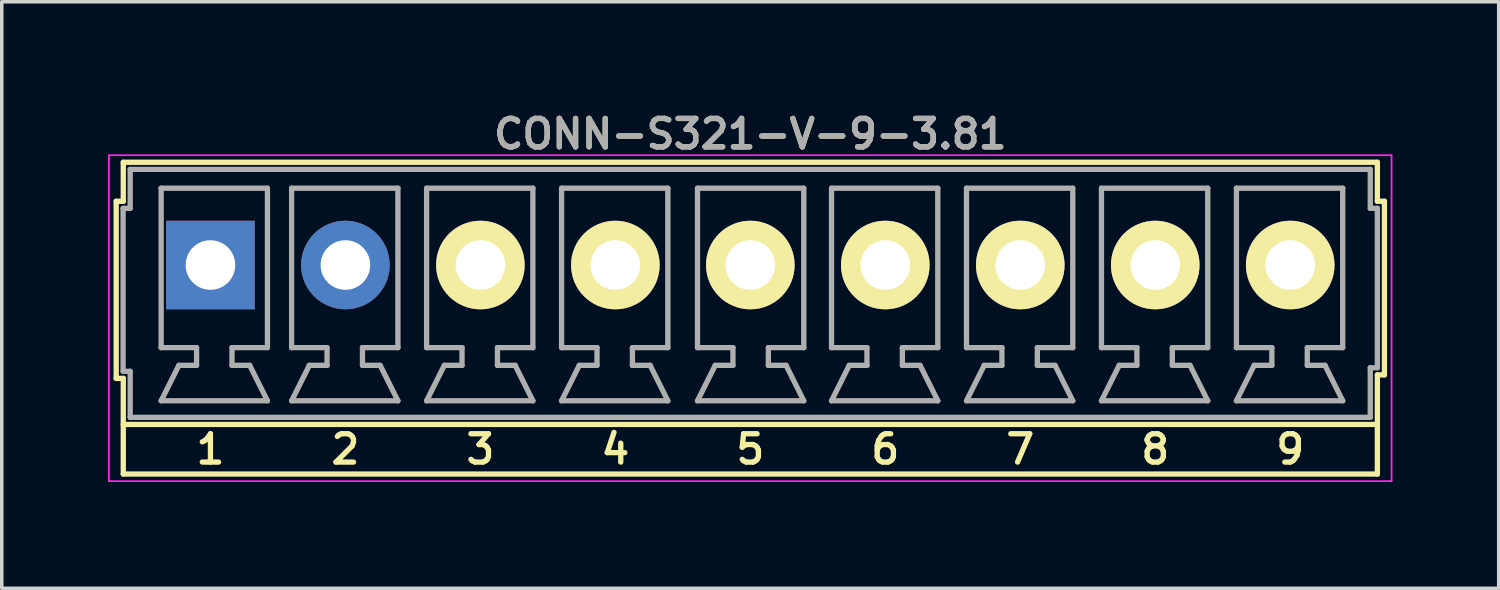
<source format=kicad_pcb>
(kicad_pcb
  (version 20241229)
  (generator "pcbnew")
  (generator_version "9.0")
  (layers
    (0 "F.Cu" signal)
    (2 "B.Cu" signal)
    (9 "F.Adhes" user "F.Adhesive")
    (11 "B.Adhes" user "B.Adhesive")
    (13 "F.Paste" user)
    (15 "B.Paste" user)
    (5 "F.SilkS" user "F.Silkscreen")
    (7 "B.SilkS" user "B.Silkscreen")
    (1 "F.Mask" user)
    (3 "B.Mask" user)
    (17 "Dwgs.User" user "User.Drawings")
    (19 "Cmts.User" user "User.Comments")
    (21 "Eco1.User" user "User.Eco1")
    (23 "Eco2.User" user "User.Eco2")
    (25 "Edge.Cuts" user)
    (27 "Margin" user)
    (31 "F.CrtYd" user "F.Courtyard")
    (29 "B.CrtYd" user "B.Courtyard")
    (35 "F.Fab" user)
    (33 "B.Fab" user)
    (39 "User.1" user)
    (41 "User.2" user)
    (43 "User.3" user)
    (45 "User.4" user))
  (footprint "CONN-S321-V-9-3.81"
    (layer "F.Cu")
    (at 18.13 5.231)
    (property "Reference" "CONN-S321-V-9-3.81" (at 0 -4.5 0) (layer "F.SilkS") (effects (font (size 0.8 0.8) (thickness 0.15))))
    (attr through_hole)
    (fp_line (start -17.9 -2.6) (end -17.9 2.4) (stroke (width 0.15) (type solid)) (layer "F.SilkS"))
    (fp_line (start -17.7 -3.7) (end 17.7 -3.7) (stroke (width 0.15) (type solid)) (layer "F.SilkS"))
    (fp_line (start -17.7 -2.6) (end -17.9 -2.6) (stroke (width 0.15) (type solid)) (layer "F.SilkS"))
    (fp_line (start -17.7 -2.6) (end -17.7 -3.7) (stroke (width 0.15) (type solid)) (layer "F.SilkS"))
    (fp_line (start -17.7 2.4) (end -17.9 2.4) (stroke (width 0.15) (type solid)) (layer "F.SilkS"))
    (fp_line (start -17.7 5.1) (end -17.7 2.4) (stroke (width 0.15) (type solid)) (layer "F.SilkS"))
    (fp_line (start -17.7 5.1) (end 17.7 5.1) (stroke (width 0.15) (type solid)) (layer "F.SilkS"))
    (fp_line (start 17.7 -2.6) (end 17.7 -3.7) (stroke (width 0.15) (type solid)) (layer "F.SilkS"))
    (fp_line (start 17.7 2.3) (end 17.9 2.3) (stroke (width 0.15) (type solid)) (layer "F.SilkS"))
    (fp_line (start 17.7 3.7) (end -17.7 3.7) (stroke (width 0.15) (type solid)) (layer "F.SilkS"))
    (fp_line (start 17.7 5.1) (end 17.7 2.3) (stroke (width 0.15) (type solid)) (layer "F.SilkS"))
    (fp_line (start 17.9 -2.6) (end 17.7 -2.6) (stroke (width 0.15) (type solid)) (layer "F.SilkS"))
    (fp_line (start 17.9 2.3) (end 17.9 -2.6) (stroke (width 0.15) (type solid)) (layer "F.SilkS"))
    (fp_line (start -18.105 -3.9) (end 18.1 -3.9) (stroke (width 0.05) (type solid)) (layer "F.CrtYd"))
    (fp_line (start -18.105 5.3) (end -18.105 -3.9) (stroke (width 0.05) (type solid)) (layer "F.CrtYd"))
    (fp_line (start 18.1 -3.9) (end 18.1 5.3) (stroke (width 0.05) (type solid)) (layer "F.CrtYd"))
    (fp_line (start 18.1 5.3) (end -18.105 5.3) (stroke (width 0.05) (type solid)) (layer "F.CrtYd"))
    (fp_line (start -17.705 -2.4) (end -17.505 -2.4) (stroke (width 0.15) (type solid)) (layer "F.Fab"))
    (fp_line (start -17.705 2.2) (end -17.705 -2.4) (stroke (width 0.15) (type solid)) (layer "F.Fab"))
    (fp_line (start -17.505 -3.5) (end 17.5 -3.5) (stroke (width 0.15) (type solid)) (layer "F.Fab"))
    (fp_line (start -17.505 -2.4) (end -17.505 -3.5) (stroke (width 0.15) (type solid)) (layer "F.Fab"))
    (fp_line (start -17.505 2.2) (end -17.705 2.2) (stroke (width 0.15) (type solid)) (layer "F.Fab"))
    (fp_line (start -17.505 3.5) (end -17.505 2.2) (stroke (width 0.15) (type solid)) (layer "F.Fab"))
    (fp_line (start -16.631 -2.968) (end -16.631 1.532) (stroke (width 0.15) (type solid)) (layer "F.Fab"))
    (fp_line (start -16.631 -2.968) (end -13.631 -2.968) (stroke (width 0.15) (type solid)) (layer "F.Fab"))
    (fp_line (start -16.631 3.032) (end -13.631 3.032) (stroke (width 0.15) (type solid)) (layer "F.Fab"))
    (fp_line (start -16.131 2.032) (end -16.631 3.032) (stroke (width 0.15) (type solid)) (layer "F.Fab"))
    (fp_line (start -15.631 1.532) (end -16.631 1.532) (stroke (width 0.15) (type solid)) (layer "F.Fab"))
    (fp_line (start -15.631 1.532) (end -15.631 2.032) (stroke (width 0.15) (type solid)) (layer "F.Fab"))
    (fp_line (start -15.631 2.032) (end -16.131 2.032) (stroke (width 0.15) (type solid)) (layer "F.Fab"))
    (fp_line (start -14.631 1.532) (end -14.631 2.032) (stroke (width 0.15) (type solid)) (layer "F.Fab"))
    (fp_line (start -14.631 2.032) (end -14.131 2.032) (stroke (width 0.15) (type solid)) (layer "F.Fab"))
    (fp_line (start -13.631 -2.968) (end -13.631 1.532) (stroke (width 0.15) (type solid)) (layer "F.Fab"))
    (fp_line (start -13.631 1.532) (end -14.631 1.532) (stroke (width 0.15) (type solid)) (layer "F.Fab"))
    (fp_line (start -13.631 3.032) (end -14.131 2.032) (stroke (width 0.15) (type solid)) (layer "F.Fab"))
    (fp_line (start -12.948 -2.968) (end -12.948 1.532) (stroke (width 0.15) (type solid)) (layer "F.Fab"))
    (fp_line (start -12.948 -2.968) (end -9.948 -2.968) (stroke (width 0.15) (type solid)) (layer "F.Fab"))
    (fp_line (start -12.948 3.032) (end -9.948 3.032) (stroke (width 0.15) (type solid)) (layer "F.Fab"))
    (fp_line (start -12.448 2.032) (end -12.948 3.032) (stroke (width 0.15) (type solid)) (layer "F.Fab"))
    (fp_line (start -11.948 1.532) (end -12.948 1.532) (stroke (width 0.15) (type solid)) (layer "F.Fab"))
    (fp_line (start -11.948 1.532) (end -11.948 2.032) (stroke (width 0.15) (type solid)) (layer "F.Fab"))
    (fp_line (start -11.948 2.032) (end -12.448 2.032) (stroke (width 0.15) (type solid)) (layer "F.Fab"))
    (fp_line (start -10.948 1.532) (end -10.948 2.032) (stroke (width 0.15) (type solid)) (layer "F.Fab"))
    (fp_line (start -10.948 2.032) (end -10.448 2.032) (stroke (width 0.15) (type solid)) (layer "F.Fab"))
    (fp_line (start -9.948 -2.968) (end -9.948 1.532) (stroke (width 0.15) (type solid)) (layer "F.Fab"))
    (fp_line (start -9.948 1.532) (end -10.948 1.532) (stroke (width 0.15) (type solid)) (layer "F.Fab"))
    (fp_line (start -9.948 3.032) (end -10.448 2.032) (stroke (width 0.15) (type solid)) (layer "F.Fab"))
    (fp_line (start -9.138 -2.968) (end -9.138 1.532) (stroke (width 0.15) (type solid)) (layer "F.Fab"))
    (fp_line (start -9.138 -2.968) (end -6.138 -2.968) (stroke (width 0.15) (type solid)) (layer "F.Fab"))
    (fp_line (start -9.138 3.032) (end -6.138 3.032) (stroke (width 0.15) (type solid)) (layer "F.Fab"))
    (fp_line (start -8.638 2.032) (end -9.138 3.032) (stroke (width 0.15) (type solid)) (layer "F.Fab"))
    (fp_line (start -8.138 1.532) (end -9.138 1.532) (stroke (width 0.15) (type solid)) (layer "F.Fab"))
    (fp_line (start -8.138 1.532) (end -8.138 2.032) (stroke (width 0.15) (type solid)) (layer "F.Fab"))
    (fp_line (start -8.138 2.032) (end -8.638 2.032) (stroke (width 0.15) (type solid)) (layer "F.Fab"))
    (fp_line (start -7.138 1.532) (end -7.138 2.032) (stroke (width 0.15) (type solid)) (layer "F.Fab"))
    (fp_line (start -7.138 2.032) (end -6.638 2.032) (stroke (width 0.15) (type solid)) (layer "F.Fab"))
    (fp_line (start -6.138 -2.968) (end -6.138 1.532) (stroke (width 0.15) (type solid)) (layer "F.Fab"))
    (fp_line (start -6.138 1.532) (end -7.138 1.532) (stroke (width 0.15) (type solid)) (layer "F.Fab"))
    (fp_line (start -6.138 3.032) (end -6.638 2.032) (stroke (width 0.15) (type solid)) (layer "F.Fab"))
    (fp_line (start -5.328 -2.968) (end -5.328 1.532) (stroke (width 0.15) (type solid)) (layer "F.Fab"))
    (fp_line (start -5.328 -2.968) (end -2.328 -2.968) (stroke (width 0.15) (type solid)) (layer "F.Fab"))
    (fp_line (start -5.328 3.032) (end -2.328 3.032) (stroke (width 0.15) (type solid)) (layer "F.Fab"))
    (fp_line (start -4.828 2.032) (end -5.328 3.032) (stroke (width 0.15) (type solid)) (layer "F.Fab"))
    (fp_line (start -4.328 1.532) (end -5.328 1.532) (stroke (width 0.15) (type solid)) (layer "F.Fab"))
    (fp_line (start -4.328 1.532) (end -4.328 2.032) (stroke (width 0.15) (type solid)) (layer "F.Fab"))
    (fp_line (start -4.328 2.032) (end -4.828 2.032) (stroke (width 0.15) (type solid)) (layer "F.Fab"))
    (fp_line (start -3.328 1.532) (end -3.328 2.032) (stroke (width 0.15) (type solid)) (layer "F.Fab"))
    (fp_line (start -3.328 2.032) (end -2.828 2.032) (stroke (width 0.15) (type solid)) (layer "F.Fab"))
    (fp_line (start -2.328 -2.968) (end -2.328 1.532) (stroke (width 0.15) (type solid)) (layer "F.Fab"))
    (fp_line (start -2.328 1.532) (end -3.328 1.532) (stroke (width 0.15) (type solid)) (layer "F.Fab"))
    (fp_line (start -2.328 3.032) (end -2.828 2.032) (stroke (width 0.15) (type solid)) (layer "F.Fab"))
    (fp_line (start -1.491 -2.968) (end -1.491 1.532) (stroke (width 0.15) (type solid)) (layer "F.Fab"))
    (fp_line (start -1.491 -2.968) (end 1.509 -2.968) (stroke (width 0.15) (type solid)) (layer "F.Fab"))
    (fp_line (start -1.491 3.032) (end 1.509 3.032) (stroke (width 0.15) (type solid)) (layer "F.Fab"))
    (fp_line (start -0.991 2.032) (end -1.491 3.032) (stroke (width 0.15) (type solid)) (layer "F.Fab"))
    (fp_line (start -0.491 1.532) (end -1.491 1.532) (stroke (width 0.15) (type solid)) (layer "F.Fab"))
    (fp_line (start -0.491 1.532) (end -0.491 2.032) (stroke (width 0.15) (type solid)) (layer "F.Fab"))
    (fp_line (start -0.491 2.032) (end -0.991 2.032) (stroke (width 0.15) (type solid)) (layer "F.Fab"))
    (fp_line (start 0.509 1.532) (end 0.509 2.032) (stroke (width 0.15) (type solid)) (layer "F.Fab"))
    (fp_line (start 0.509 2.032) (end 1.009 2.032) (stroke (width 0.15) (type solid)) (layer "F.Fab"))
    (fp_line (start 1.509 -2.968) (end 1.509 1.532) (stroke (width 0.15) (type solid)) (layer "F.Fab"))
    (fp_line (start 1.509 1.532) (end 0.509 1.532) (stroke (width 0.15) (type solid)) (layer "F.Fab"))
    (fp_line (start 1.509 3.032) (end 1.009 2.032) (stroke (width 0.15) (type solid)) (layer "F.Fab"))
    (fp_line (start 2.292 -2.968) (end 2.292 1.532) (stroke (width 0.15) (type solid)) (layer "F.Fab"))
    (fp_line (start 2.292 -2.968) (end 5.292 -2.968) (stroke (width 0.15) (type solid)) (layer "F.Fab"))
    (fp_line (start 2.292 3.032) (end 5.292 3.032) (stroke (width 0.15) (type solid)) (layer "F.Fab"))
    (fp_line (start 2.792 2.032) (end 2.292 3.032) (stroke (width 0.15) (type solid)) (layer "F.Fab"))
    (fp_line (start 3.292 1.532) (end 2.292 1.532) (stroke (width 0.15) (type solid)) (layer "F.Fab"))
    (fp_line (start 3.292 1.532) (end 3.292 2.032) (stroke (width 0.15) (type solid)) (layer "F.Fab"))
    (fp_line (start 3.292 2.032) (end 2.792 2.032) (stroke (width 0.15) (type solid)) (layer "F.Fab"))
    (fp_line (start 4.292 1.532) (end 4.292 2.032) (stroke (width 0.15) (type solid)) (layer "F.Fab"))
    (fp_line (start 4.292 2.032) (end 4.792 2.032) (stroke (width 0.15) (type solid)) (layer "F.Fab"))
    (fp_line (start 5.292 -2.968) (end 5.292 1.532) (stroke (width 0.15) (type solid)) (layer "F.Fab"))
    (fp_line (start 5.292 1.532) (end 4.292 1.532) (stroke (width 0.15) (type solid)) (layer "F.Fab"))
    (fp_line (start 5.292 3.032) (end 4.792 2.032) (stroke (width 0.15) (type solid)) (layer "F.Fab"))
    (fp_line (start 6.102 -2.968) (end 6.102 1.532) (stroke (width 0.15) (type solid)) (layer "F.Fab"))
    (fp_line (start 6.102 -2.968) (end 9.102 -2.968) (stroke (width 0.15) (type solid)) (layer "F.Fab"))
    (fp_line (start 6.102 3.032) (end 9.102 3.032) (stroke (width 0.15) (type solid)) (layer "F.Fab"))
    (fp_line (start 6.602 2.032) (end 6.102 3.032) (stroke (width 0.15) (type solid)) (layer "F.Fab"))
    (fp_line (start 7.102 1.532) (end 6.102 1.532) (stroke (width 0.15) (type solid)) (layer "F.Fab"))
    (fp_line (start 7.102 1.532) (end 7.102 2.032) (stroke (width 0.15) (type solid)) (layer "F.Fab"))
    (fp_line (start 7.102 2.032) (end 6.602 2.032) (stroke (width 0.15) (type solid)) (layer "F.Fab"))
    (fp_line (start 8.102 1.532) (end 8.102 2.032) (stroke (width 0.15) (type solid)) (layer "F.Fab"))
    (fp_line (start 8.102 2.032) (end 8.602 2.032) (stroke (width 0.15) (type solid)) (layer "F.Fab"))
    (fp_line (start 9.102 -2.968) (end 9.102 1.532) (stroke (width 0.15) (type solid)) (layer "F.Fab"))
    (fp_line (start 9.102 1.532) (end 8.102 1.532) (stroke (width 0.15) (type solid)) (layer "F.Fab"))
    (fp_line (start 9.102 3.032) (end 8.602 2.032) (stroke (width 0.15) (type solid)) (layer "F.Fab"))
    (fp_line (start 9.912 -2.968) (end 9.912 1.532) (stroke (width 0.15) (type solid)) (layer "F.Fab"))
    (fp_line (start 9.912 -2.968) (end 12.912 -2.968) (stroke (width 0.15) (type solid)) (layer "F.Fab"))
    (fp_line (start 9.912 3.032) (end 12.912 3.032) (stroke (width 0.15) (type solid)) (layer "F.Fab"))
    (fp_line (start 10.412 2.032) (end 9.912 3.032) (stroke (width 0.15) (type solid)) (layer "F.Fab"))
    (fp_line (start 10.912 1.532) (end 9.912 1.532) (stroke (width 0.15) (type solid)) (layer "F.Fab"))
    (fp_line (start 10.912 1.532) (end 10.912 2.032) (stroke (width 0.15) (type solid)) (layer "F.Fab"))
    (fp_line (start 10.912 2.032) (end 10.412 2.032) (stroke (width 0.15) (type solid)) (layer "F.Fab"))
    (fp_line (start 11.912 1.532) (end 11.912 2.032) (stroke (width 0.15) (type solid)) (layer "F.Fab"))
    (fp_line (start 11.912 2.032) (end 12.412 2.032) (stroke (width 0.15) (type solid)) (layer "F.Fab"))
    (fp_line (start 12.912 -2.968) (end 12.912 1.532) (stroke (width 0.15) (type solid)) (layer "F.Fab"))
    (fp_line (start 12.912 1.532) (end 11.912 1.532) (stroke (width 0.15) (type solid)) (layer "F.Fab"))
    (fp_line (start 12.912 3.032) (end 12.412 2.032) (stroke (width 0.15) (type solid)) (layer "F.Fab"))
    (fp_line (start 13.722 -2.968) (end 13.722 1.532) (stroke (width 0.15) (type solid)) (layer "F.Fab"))
    (fp_line (start 13.722 -2.968) (end 16.722 -2.968) (stroke (width 0.15) (type solid)) (layer "F.Fab"))
    (fp_line (start 13.722 3.032) (end 16.722 3.032) (stroke (width 0.15) (type solid)) (layer "F.Fab"))
    (fp_line (start 14.222 2.032) (end 13.722 3.032) (stroke (width 0.15) (type solid)) (layer "F.Fab"))
    (fp_line (start 14.722 1.532) (end 13.722 1.532) (stroke (width 0.15) (type solid)) (layer "F.Fab"))
    (fp_line (start 14.722 1.532) (end 14.722 2.032) (stroke (width 0.15) (type solid)) (layer "F.Fab"))
    (fp_line (start 14.722 2.032) (end 14.222 2.032) (stroke (width 0.15) (type solid)) (layer "F.Fab"))
    (fp_line (start 15.722 1.532) (end 15.722 2.032) (stroke (width 0.15) (type solid)) (layer "F.Fab"))
    (fp_line (start 15.722 2.032) (end 16.222 2.032) (stroke (width 0.15) (type solid)) (layer "F.Fab"))
    (fp_line (start 16.722 -2.968) (end 16.722 1.532) (stroke (width 0.15) (type solid)) (layer "F.Fab"))
    (fp_line (start 16.722 1.532) (end 15.722 1.532) (stroke (width 0.15) (type solid)) (layer "F.Fab"))
    (fp_line (start 16.722 3.032) (end 16.222 2.032) (stroke (width 0.15) (type solid)) (layer "F.Fab"))
    (fp_line (start 17.5 -2.4) (end 17.5 -3.5) (stroke (width 0.15) (type solid)) (layer "F.Fab"))
    (fp_line (start 17.5 3.5) (end -17.505 3.5) (stroke (width 0.15) (type solid)) (layer "F.Fab"))
    (fp_line (start 17.5 3.5) (end 17.5 2.1) (stroke (width 0.15) (type solid)) (layer "F.Fab"))
    (fp_line (start 17.7 -2.4) (end 17.5 -2.4) (stroke (width 0.15) (type solid)) (layer "F.Fab"))
    (fp_line (start 17.7 2.1) (end 17.5 2.1) (stroke (width 0.15) (type solid)) (layer "F.Fab"))
    (fp_line (start 17.7 2.1) (end 17.7 -2.4) (stroke (width 0.15) (type solid)) (layer "F.Fab"))
    (fp_text user "8" (at 11.43 4.4 0) (layer "F.SilkS") (effects (font (size 0.8 0.8) (thickness 0.15))))
    (fp_text user "6" (at 3.81 4.4 0) (layer "F.SilkS") (effects (font (size 0.8 0.8) (thickness 0.15))))
    (fp_text user "3" (at -7.62 4.4 0) (layer "F.SilkS") (effects (font (size 0.8 0.8) (thickness 0.15))))
    (fp_text user "5" (at 0 4.4 0) (layer "F.SilkS") (effects (font (size 0.8 0.8) (thickness 0.15))))
    (fp_text user "4" (at -3.81 4.4 0) (layer "F.SilkS") (effects (font (size 0.8 0.8) (thickness 0.15))))
    (fp_text user "2" (at -11.43 4.4 0) (layer "F.SilkS") (effects (font (size 0.8 0.8) (thickness 0.15))))
    (fp_text user "1" (at -15.24 4.4 0) (layer "F.SilkS") (effects (font (size 0.8 0.8) (thickness 0.15))))
    (fp_text user "7" (at 7.62 4.4 0) (layer "F.SilkS") (effects (font (size 0.8 0.8) (thickness 0.15))))
    (fp_text user "9" (at 15.24 4.4 0) (layer "F.SilkS") (effects (font (size 0.8 0.8) (thickness 0.15))))
    (fp_text user "${REFERENCE}" (at 0 -4.5 0) (layer "F.Fab") (effects (font (size 0.8 0.8) (thickness 0.15))))
    (pad "1" thru_hole rect (at -15.24 -0.8) (size 2.5 2.5) (drill 1.4) (layers "*.Cu" "*.Mask"))
    (pad "2" thru_hole circle (at -11.43 -0.8) (size 2.5 2.5) (drill 1.4) (layers "*.Cu" "*.Mask"))
    (pad "3" thru_hole circle (at -7.62 -0.8) (size 2.5 2.5) (drill 1.4) (layers "*.Cu" "*.Mask" "F.SilkS"))
    (pad "4" thru_hole circle (at -3.81 -0.8) (size 2.5 2.5) (drill 1.4) (layers "*.Cu" "*.Mask" "F.SilkS"))
    (pad "5" thru_hole circle (at 0 -0.8) (size 2.5 2.5) (drill 1.4) (layers "*.Cu" "*.Mask" "F.SilkS"))
    (pad "6" thru_hole circle (at 3.81 -0.8) (size 2.5 2.5) (drill 1.4) (layers "*.Cu" "*.Mask" "F.SilkS"))
    (pad "7" thru_hole circle (at 7.62 -0.8) (size 2.5 2.5) (drill 1.4) (layers "*.Cu" "*.Mask" "F.SilkS"))
    (pad "8" thru_hole circle (at 11.43 -0.8) (size 2.5 2.5) (drill 1.4) (layers "*.Cu" "*.Mask" "F.SilkS"))
    (pad "9" thru_hole circle (at 15.24 -0.8) (size 2.5 2.5) (drill 1.4) (layers "*.Cu" "*.Mask" "F.SilkS")))
  (gr_rect
    (start -3 -3)
    (end 39.255 13.556)
    (stroke (width 0.1) (type default))
    (fill no)
    (layer "Edge.Cuts")))
</source>
